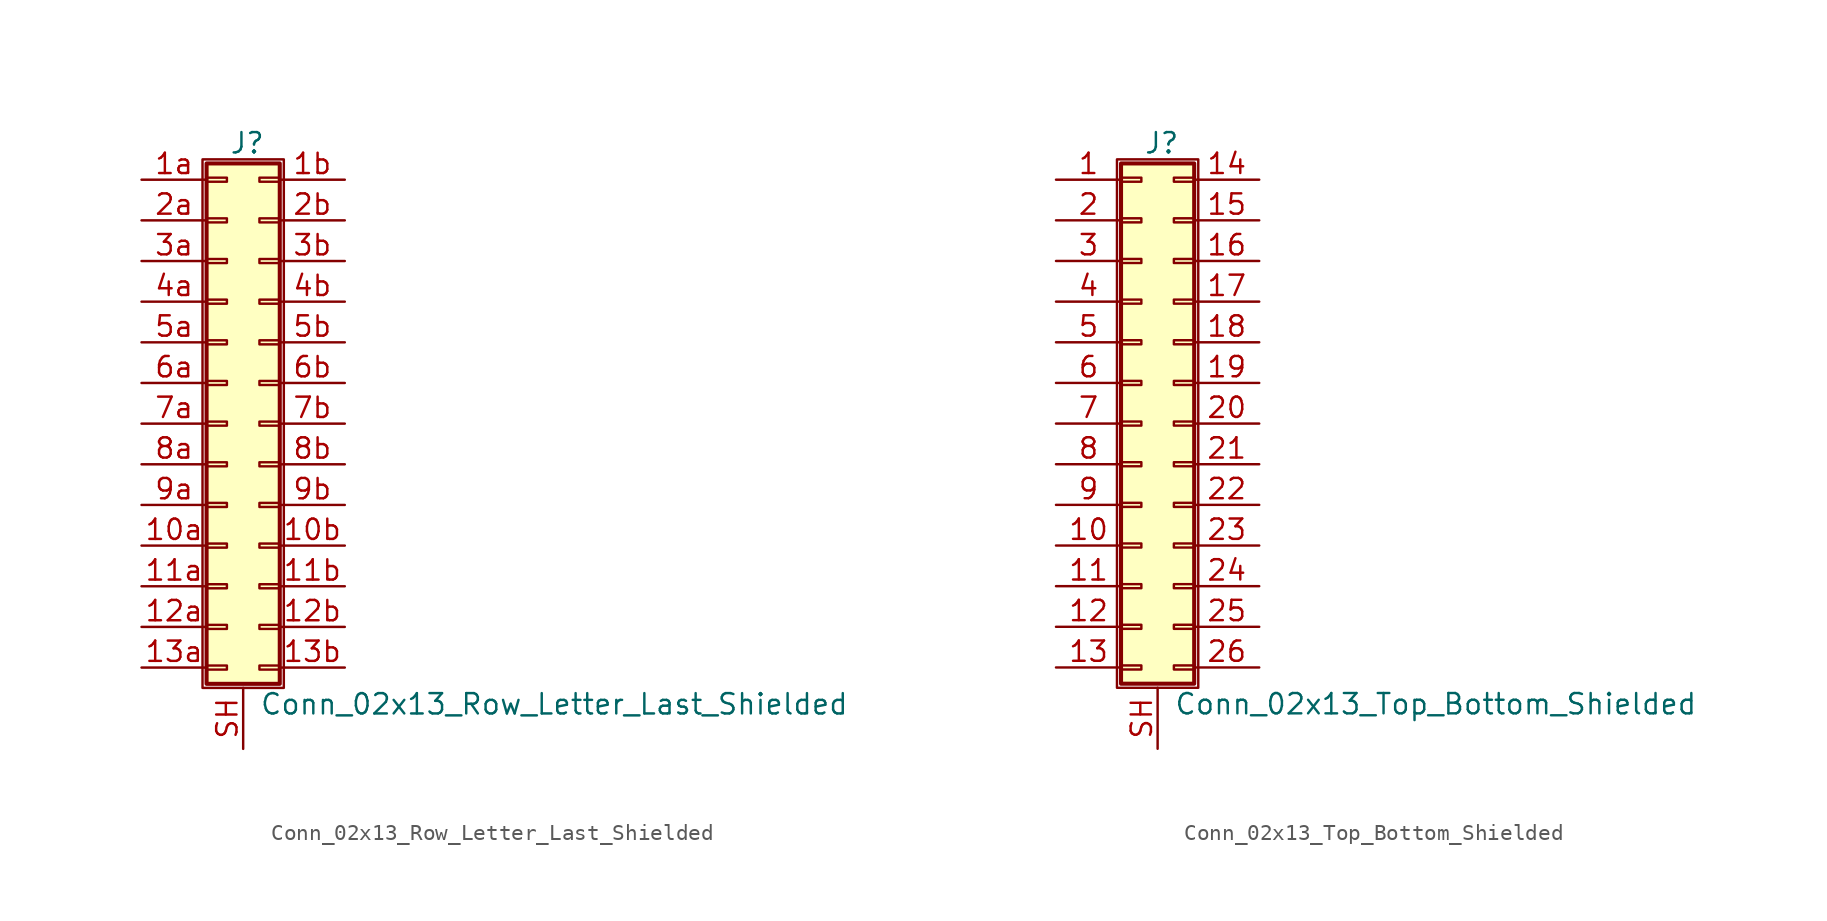
<source format=kicad_sym>
(kicad_symbol_lib
  (version 20220914)
  (generator kicad_symbol_editor)
  (symbol "Conn_02x13_Row_Letter_Last_Shielded"
    (pin_names
      (offset 1.016) hide)
    (property "Reference" "J"
      (at 1.524 17.526 0)
      (effects (font (size 1.27 1.27))))
    (property "Value" "Conn_02x13_Row_Letter_Last_Shielded"
      (at 2.286 -17.526 0)
      (effects (font (size 1.27 1.27)) (justify left)))
    (symbol "Conn_02x13_Row_Letter_Last_Shielded_1_1"
      (rectangle (start -1.27 16.51) (end 3.81 -16.51) (stroke (width 0.152) (type default)) (fill (type none)))
      (rectangle (start -1.016 -15.113) (end 0.254 -15.367) (stroke (width 0.152) (type default)) (fill (type none)))
      (rectangle (start -1.016 -12.573) (end 0.254 -12.827) (stroke (width 0.152) (type default)) (fill (type none)))
      (rectangle (start -1.016 -10.033) (end 0.254 -10.287) (stroke (width 0.152) (type default)) (fill (type none)))
      (rectangle (start -1.016 -7.493) (end 0.254 -7.747) (stroke (width 0.152) (type default)) (fill (type none)))
      (rectangle (start -1.016 -4.953) (end 0.254 -5.207) (stroke (width 0.152) (type default)) (fill (type none)))
      (rectangle (start -1.016 -2.413) (end 0.254 -2.667) (stroke (width 0.152) (type default)) (fill (type none)))
      (rectangle (start -1.016 0.127) (end 0.254 -0.127) (stroke (width 0.152) (type default)) (fill (type none)))
      (rectangle (start -1.016 2.667) (end 0.254 2.413) (stroke (width 0.152) (type default)) (fill (type none)))
      (rectangle (start -1.016 5.207) (end 0.254 4.953) (stroke (width 0.152) (type default)) (fill (type none)))
      (rectangle (start -1.016 7.747) (end 0.254 7.493) (stroke (width 0.152) (type default)) (fill (type none)))
      (rectangle (start -1.016 10.287) (end 0.254 10.033) (stroke (width 0.152) (type default)) (fill (type none)))
      (rectangle (start -1.016 12.827) (end 0.254 12.573) (stroke (width 0.152) (type default)) (fill (type none)))
      (rectangle (start -1.016 15.367) (end 0.254 15.113) (stroke (width 0.152) (type default)) (fill (type none)))
      (rectangle (start -1.016 16.256) (end 3.556 -16.256) (stroke (width 0.254) (type default)) (fill (type background)))
      (rectangle (start 3.556 -15.113) (end 2.286 -15.367) (stroke (width 0.152) (type default)) (fill (type none)))
      (rectangle (start 3.556 -12.573) (end 2.286 -12.827) (stroke (width 0.152) (type default)) (fill (type none)))
      (rectangle (start 3.556 -10.033) (end 2.286 -10.287) (stroke (width 0.152) (type default)) (fill (type none)))
      (rectangle (start 3.556 -7.493) (end 2.286 -7.747) (stroke (width 0.152) (type default)) (fill (type none)))
      (rectangle (start 3.556 -4.953) (end 2.286 -5.207) (stroke (width 0.152) (type default)) (fill (type none)))
      (rectangle (start 3.556 -2.413) (end 2.286 -2.667) (stroke (width 0.152) (type default)) (fill (type none)))
      (rectangle (start 3.556 0.127) (end 2.286 -0.127) (stroke (width 0.152) (type default)) (fill (type none)))
      (rectangle (start 3.556 2.667) (end 2.286 2.413) (stroke (width 0.152) (type default)) (fill (type none)))
      (rectangle (start 3.556 5.207) (end 2.286 4.953) (stroke (width 0.152) (type default)) (fill (type none)))
      (rectangle (start 3.556 7.747) (end 2.286 7.493) (stroke (width 0.152) (type default)) (fill (type none)))
      (rectangle (start 3.556 10.287) (end 2.286 10.033) (stroke (width 0.152) (type default)) (fill (type none)))
      (rectangle (start 3.556 12.827) (end 2.286 12.573) (stroke (width 0.152) (type default)) (fill (type none)))
      (rectangle (start 3.556 15.367) (end 2.286 15.113) (stroke (width 0.152) (type default)) (fill (type none)))
      (pin passive line (at -5.08 -7.62 0) (length 4.064) (name "Pin_10a" (effects (font (size 1.27 1.27)))) (number "10a" (effects (font (size 1.27 1.27)))))
      (pin passive line (at 7.62 -7.62 180) (length 4.064) (name "Pin_10b" (effects (font (size 1.27 1.27)))) (number "10b" (effects (font (size 1.27 1.27)))))
      (pin passive line (at -5.08 -10.16 0) (length 4.064) (name "Pin_11a" (effects (font (size 1.27 1.27)))) (number "11a" (effects (font (size 1.27 1.27)))))
      (pin passive line (at 7.62 -10.16 180) (length 4.064) (name "Pin_11b" (effects (font (size 1.27 1.27)))) (number "11b" (effects (font (size 1.27 1.27)))))
      (pin passive line (at -5.08 -12.7 0) (length 4.064) (name "Pin_12a" (effects (font (size 1.27 1.27)))) (number "12a" (effects (font (size 1.27 1.27)))))
      (pin passive line (at 7.62 -12.7 180) (length 4.064) (name "Pin_12b" (effects (font (size 1.27 1.27)))) (number "12b" (effects (font (size 1.27 1.27)))))
      (pin passive line (at -5.08 -15.24 0) (length 4.064) (name "Pin_13a" (effects (font (size 1.27 1.27)))) (number "13a" (effects (font (size 1.27 1.27)))))
      (pin passive line (at 7.62 -15.24 180) (length 4.064) (name "Pin_13b" (effects (font (size 1.27 1.27)))) (number "13b" (effects (font (size 1.27 1.27)))))
      (pin passive line (at -5.08 15.24 0) (length 4.064) (name "Pin_1a" (effects (font (size 1.27 1.27)))) (number "1a" (effects (font (size 1.27 1.27)))))
      (pin passive line (at 7.62 15.24 180) (length 4.064) (name "Pin_1b" (effects (font (size 1.27 1.27)))) (number "1b" (effects (font (size 1.27 1.27)))))
      (pin passive line (at -5.08 12.7 0) (length 4.064) (name "Pin_2a" (effects (font (size 1.27 1.27)))) (number "2a" (effects (font (size 1.27 1.27)))))
      (pin passive line (at 7.62 12.7 180) (length 4.064) (name "Pin_2b" (effects (font (size 1.27 1.27)))) (number "2b" (effects (font (size 1.27 1.27)))))
      (pin passive line (at -5.08 10.16 0) (length 4.064) (name "Pin_3a" (effects (font (size 1.27 1.27)))) (number "3a" (effects (font (size 1.27 1.27)))))
      (pin passive line (at 7.62 10.16 180) (length 4.064) (name "Pin_3b" (effects (font (size 1.27 1.27)))) (number "3b" (effects (font (size 1.27 1.27)))))
      (pin passive line (at -5.08 7.62 0) (length 4.064) (name "Pin_4a" (effects (font (size 1.27 1.27)))) (number "4a" (effects (font (size 1.27 1.27)))))
      (pin passive line (at 7.62 7.62 180) (length 4.064) (name "Pin_4b" (effects (font (size 1.27 1.27)))) (number "4b" (effects (font (size 1.27 1.27)))))
      (pin passive line (at -5.08 5.08 0) (length 4.064) (name "Pin_5a" (effects (font (size 1.27 1.27)))) (number "5a" (effects (font (size 1.27 1.27)))))
      (pin passive line (at 7.62 5.08 180) (length 4.064) (name "Pin_5b" (effects (font (size 1.27 1.27)))) (number "5b" (effects (font (size 1.27 1.27)))))
      (pin passive line (at -5.08 2.54 0) (length 4.064) (name "Pin_6a" (effects (font (size 1.27 1.27)))) (number "6a" (effects (font (size 1.27 1.27)))))
      (pin passive line (at 7.62 2.54 180) (length 4.064) (name "Pin_6b" (effects (font (size 1.27 1.27)))) (number "6b" (effects (font (size 1.27 1.27)))))
      (pin passive line (at -5.08 0 0) (length 4.064) (name "Pin_7a" (effects (font (size 1.27 1.27)))) (number "7a" (effects (font (size 1.27 1.27)))))
      (pin passive line (at 7.62 0 180) (length 4.064) (name "Pin_7b" (effects (font (size 1.27 1.27)))) (number "7b" (effects (font (size 1.27 1.27)))))
      (pin passive line (at -5.08 -2.54 0) (length 4.064) (name "Pin_8a" (effects (font (size 1.27 1.27)))) (number "8a" (effects (font (size 1.27 1.27)))))
      (pin passive line (at 7.62 -2.54 180) (length 4.064) (name "Pin_8b" (effects (font (size 1.27 1.27)))) (number "8b" (effects (font (size 1.27 1.27)))))
      (pin passive line (at -5.08 -5.08 0) (length 4.064) (name "Pin_9a" (effects (font (size 1.27 1.27)))) (number "9a" (effects (font (size 1.27 1.27)))))
      (pin passive line (at 7.62 -5.08 180) (length 4.064) (name "Pin_9b" (effects (font (size 1.27 1.27)))) (number "9b" (effects (font (size 1.27 1.27)))))
      (pin passive line (at 1.27 -20.32 90) (length 3.81) (name "Shield" (effects (font (size 1.27 1.27)))) (number "SH" (effects (font (size 1.27 1.27)))))))
  (symbol "Conn_02x13_Top_Bottom_Shielded"
    (pin_names
      (offset 1.016) hide)
    (property "Reference" "J"
      (at 1.524 17.526 0)
      (effects (font (size 1.27 1.27))))
    (property "Value" "Conn_02x13_Top_Bottom_Shielded"
      (at 2.286 -17.526 0)
      (effects (font (size 1.27 1.27)) (justify left)))
    (symbol "Conn_02x13_Top_Bottom_Shielded_1_1"
      (rectangle (start -1.27 16.51) (end 3.81 -16.51) (stroke (width 0.152) (type default)) (fill (type none)))
      (rectangle (start -1.016 -15.113) (end 0.254 -15.367) (stroke (width 0.152) (type default)) (fill (type none)))
      (rectangle (start -1.016 -12.573) (end 0.254 -12.827) (stroke (width 0.152) (type default)) (fill (type none)))
      (rectangle (start -1.016 -10.033) (end 0.254 -10.287) (stroke (width 0.152) (type default)) (fill (type none)))
      (rectangle (start -1.016 -7.493) (end 0.254 -7.747) (stroke (width 0.152) (type default)) (fill (type none)))
      (rectangle (start -1.016 -4.953) (end 0.254 -5.207) (stroke (width 0.152) (type default)) (fill (type none)))
      (rectangle (start -1.016 -2.413) (end 0.254 -2.667) (stroke (width 0.152) (type default)) (fill (type none)))
      (rectangle (start -1.016 0.127) (end 0.254 -0.127) (stroke (width 0.152) (type default)) (fill (type none)))
      (rectangle (start -1.016 2.667) (end 0.254 2.413) (stroke (width 0.152) (type default)) (fill (type none)))
      (rectangle (start -1.016 5.207) (end 0.254 4.953) (stroke (width 0.152) (type default)) (fill (type none)))
      (rectangle (start -1.016 7.747) (end 0.254 7.493) (stroke (width 0.152) (type default)) (fill (type none)))
      (rectangle (start -1.016 10.287) (end 0.254 10.033) (stroke (width 0.152) (type default)) (fill (type none)))
      (rectangle (start -1.016 12.827) (end 0.254 12.573) (stroke (width 0.152) (type default)) (fill (type none)))
      (rectangle (start -1.016 15.367) (end 0.254 15.113) (stroke (width 0.152) (type default)) (fill (type none)))
      (rectangle (start -1.016 16.256) (end 3.556 -16.256) (stroke (width 0.254) (type default)) (fill (type background)))
      (rectangle (start 3.556 -15.113) (end 2.286 -15.367) (stroke (width 0.152) (type default)) (fill (type none)))
      (rectangle (start 3.556 -12.573) (end 2.286 -12.827) (stroke (width 0.152) (type default)) (fill (type none)))
      (rectangle (start 3.556 -10.033) (end 2.286 -10.287) (stroke (width 0.152) (type default)) (fill (type none)))
      (rectangle (start 3.556 -7.493) (end 2.286 -7.747) (stroke (width 0.152) (type default)) (fill (type none)))
      (rectangle (start 3.556 -4.953) (end 2.286 -5.207) (stroke (width 0.152) (type default)) (fill (type none)))
      (rectangle (start 3.556 -2.413) (end 2.286 -2.667) (stroke (width 0.152) (type default)) (fill (type none)))
      (rectangle (start 3.556 0.127) (end 2.286 -0.127) (stroke (width 0.152) (type default)) (fill (type none)))
      (rectangle (start 3.556 2.667) (end 2.286 2.413) (stroke (width 0.152) (type default)) (fill (type none)))
      (rectangle (start 3.556 5.207) (end 2.286 4.953) (stroke (width 0.152) (type default)) (fill (type none)))
      (rectangle (start 3.556 7.747) (end 2.286 7.493) (stroke (width 0.152) (type default)) (fill (type none)))
      (rectangle (start 3.556 10.287) (end 2.286 10.033) (stroke (width 0.152) (type default)) (fill (type none)))
      (rectangle (start 3.556 12.827) (end 2.286 12.573) (stroke (width 0.152) (type default)) (fill (type none)))
      (rectangle (start 3.556 15.367) (end 2.286 15.113) (stroke (width 0.152) (type default)) (fill (type none)))
      (pin passive line (at -5.08 15.24 0) (length 4.064) (name "Pin_1" (effects (font (size 1.27 1.27)))) (number "1" (effects (font (size 1.27 1.27)))))
      (pin passive line (at -5.08 -7.62 0) (length 4.064) (name "Pin_10" (effects (font (size 1.27 1.27)))) (number "10" (effects (font (size 1.27 1.27)))))
      (pin passive line (at -5.08 -10.16 0) (length 4.064) (name "Pin_11" (effects (font (size 1.27 1.27)))) (number "11" (effects (font (size 1.27 1.27)))))
      (pin passive line (at -5.08 -12.7 0) (length 4.064) (name "Pin_12" (effects (font (size 1.27 1.27)))) (number "12" (effects (font (size 1.27 1.27)))))
      (pin passive line (at -5.08 -15.24 0) (length 4.064) (name "Pin_13" (effects (font (size 1.27 1.27)))) (number "13" (effects (font (size 1.27 1.27)))))
      (pin passive line (at 7.62 15.24 180) (length 4.064) (name "Pin_14" (effects (font (size 1.27 1.27)))) (number "14" (effects (font (size 1.27 1.27)))))
      (pin passive line (at 7.62 12.7 180) (length 4.064) (name "Pin_15" (effects (font (size 1.27 1.27)))) (number "15" (effects (font (size 1.27 1.27)))))
      (pin passive line (at 7.62 10.16 180) (length 4.064) (name "Pin_16" (effects (font (size 1.27 1.27)))) (number "16" (effects (font (size 1.27 1.27)))))
      (pin passive line (at 7.62 7.62 180) (length 4.064) (name "Pin_17" (effects (font (size 1.27 1.27)))) (number "17" (effects (font (size 1.27 1.27)))))
      (pin passive line (at 7.62 5.08 180) (length 4.064) (name "Pin_18" (effects (font (size 1.27 1.27)))) (number "18" (effects (font (size 1.27 1.27)))))
      (pin passive line (at 7.62 2.54 180) (length 4.064) (name "Pin_19" (effects (font (size 1.27 1.27)))) (number "19" (effects (font (size 1.27 1.27)))))
      (pin passive line (at -5.08 12.7 0) (length 4.064) (name "Pin_2" (effects (font (size 1.27 1.27)))) (number "2" (effects (font (size 1.27 1.27)))))
      (pin passive line (at 7.62 0 180) (length 4.064) (name "Pin_20" (effects (font (size 1.27 1.27)))) (number "20" (effects (font (size 1.27 1.27)))))
      (pin passive line (at 7.62 -2.54 180) (length 4.064) (name "Pin_21" (effects (font (size 1.27 1.27)))) (number "21" (effects (font (size 1.27 1.27)))))
      (pin passive line (at 7.62 -5.08 180) (length 4.064) (name "Pin_22" (effects (font (size 1.27 1.27)))) (number "22" (effects (font (size 1.27 1.27)))))
      (pin passive line (at 7.62 -7.62 180) (length 4.064) (name "Pin_23" (effects (font (size 1.27 1.27)))) (number "23" (effects (font (size 1.27 1.27)))))
      (pin passive line (at 7.62 -10.16 180) (length 4.064) (name "Pin_24" (effects (font (size 1.27 1.27)))) (number "24" (effects (font (size 1.27 1.27)))))
      (pin passive line (at 7.62 -12.7 180) (length 4.064) (name "Pin_25" (effects (font (size 1.27 1.27)))) (number "25" (effects (font (size 1.27 1.27)))))
      (pin passive line (at 7.62 -15.24 180) (length 4.064) (name "Pin_26" (effects (font (size 1.27 1.27)))) (number "26" (effects (font (size 1.27 1.27)))))
      (pin passive line (at -5.08 10.16 0) (length 4.064) (name "Pin_3" (effects (font (size 1.27 1.27)))) (number "3" (effects (font (size 1.27 1.27)))))
      (pin passive line (at -5.08 7.62 0) (length 4.064) (name "Pin_4" (effects (font (size 1.27 1.27)))) (number "4" (effects (font (size 1.27 1.27)))))
      (pin passive line (at -5.08 5.08 0) (length 4.064) (name "Pin_5" (effects (font (size 1.27 1.27)))) (number "5" (effects (font (size 1.27 1.27)))))
      (pin passive line (at -5.08 2.54 0) (length 4.064) (name "Pin_6" (effects (font (size 1.27 1.27)))) (number "6" (effects (font (size 1.27 1.27)))))
      (pin passive line (at -5.08 0 0) (length 4.064) (name "Pin_7" (effects (font (size 1.27 1.27)))) (number "7" (effects (font (size 1.27 1.27)))))
      (pin passive line (at -5.08 -2.54 0) (length 4.064) (name "Pin_8" (effects (font (size 1.27 1.27)))) (number "8" (effects (font (size 1.27 1.27)))))
      (pin passive line (at -5.08 -5.08 0) (length 4.064) (name "Pin_9" (effects (font (size 1.27 1.27)))) (number "9" (effects (font (size 1.27 1.27)))))
      (pin passive line (at 1.27 -20.32 90) (length 3.81) (name "Shield" (effects (font (size 1.27 1.27)))) (number "SH" (effects (font (size 1.27 1.27))))))))
</source>
